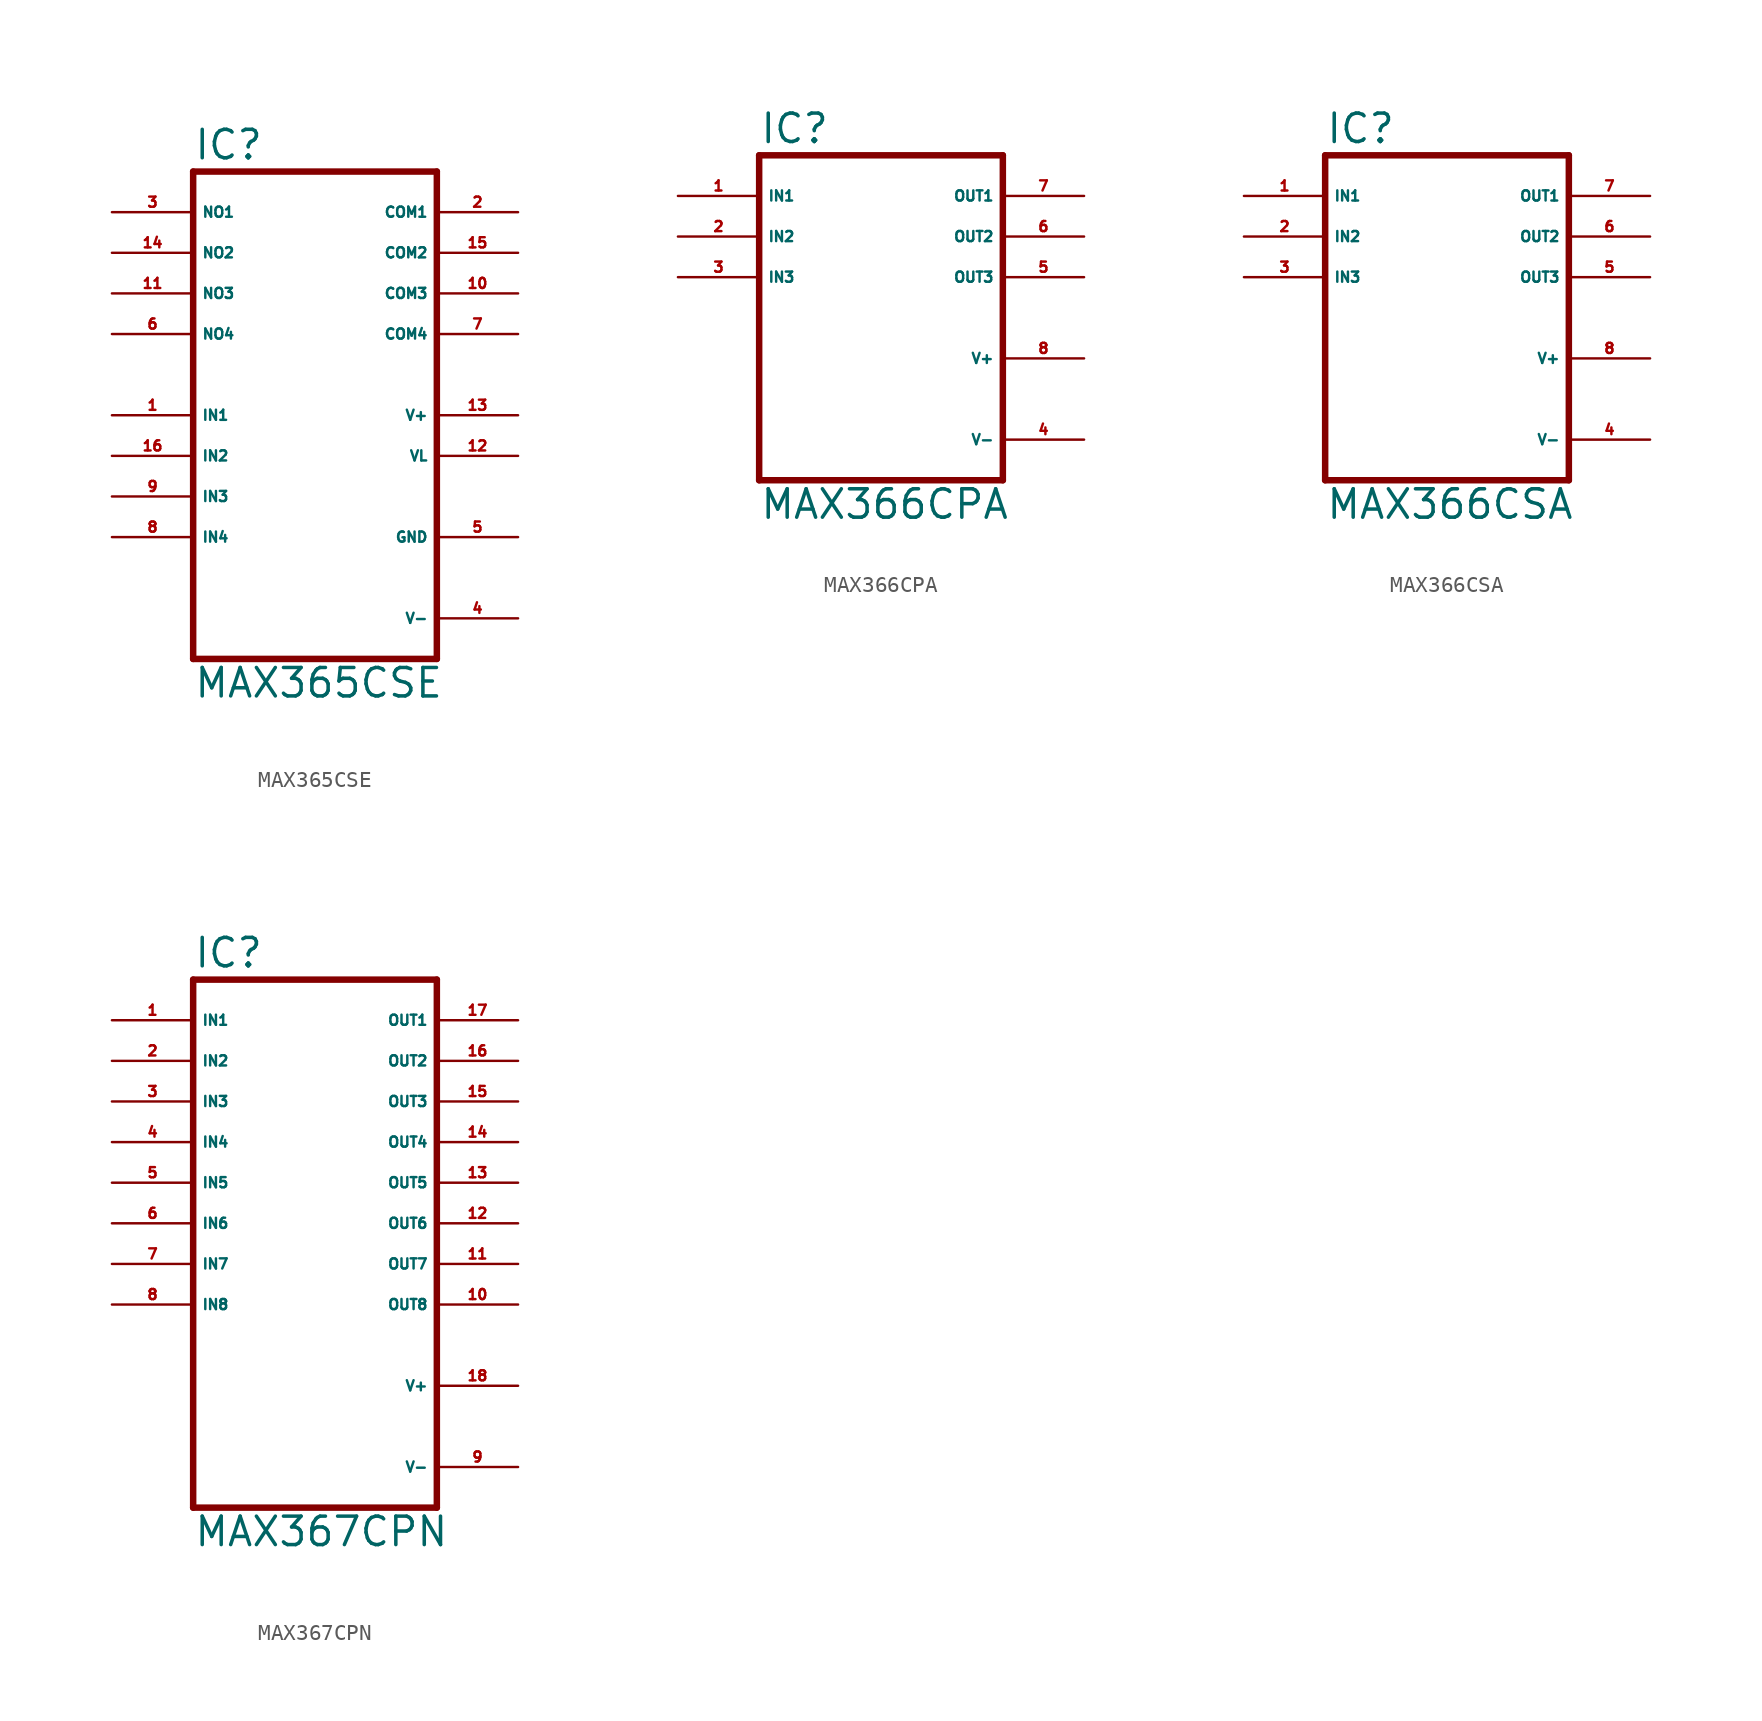
<source format=kicad_sym>
(kicad_symbol_lib
  (version 20220914)
  (generator Eagle2Kicad)
  (symbol "MAX365CSE"
    (property "Reference" "IC"
      (at -7.62 15.875 0)
      (effects (font (size 1.778 1.778) (thickness 0.22)) (justify left bottom)))
    (property "Value" "MAX365CSE"
      (at -7.62 -17.78 0)
      (effects (font (size 1.778 1.778) (thickness 0.22)) (justify left bottom)))
    (polyline
      (pts (xy 7.62 -15.24) (xy -7.62 -15.24))
      (stroke (width 0.406) (type default))
      (fill (type none)))
    (polyline
      (pts (xy -7.62 -15.24) (xy -7.62 15.24))
      (stroke (width 0.406) (type default))
      (fill (type none)))
    (polyline
      (pts (xy -7.62 15.24) (xy 7.62 15.24))
      (stroke (width 0.406) (type default))
      (fill (type none)))
    (polyline
      (pts (xy 7.62 15.24) (xy 7.62 -15.24))
      (stroke (width 0.406) (type default))
      (fill (type none)))
    (pin input line
      (at -12.7 0 0)
      (length 5.08)
      (name "IN1" (effects (font (size 0.635 0.635) (thickness 0.08)) (justify left bottom)))
      (number "1" (effects (font (size 0.635 0.635) (thickness 0.08)) (justify left bottom))))
    (pin input line
      (at -12.7 -2.54 0)
      (length 5.08)
      (name "IN2" (effects (font (size 0.635 0.635) (thickness 0.08)) (justify left bottom)))
      (number "16" (effects (font (size 0.635 0.635) (thickness 0.08)) (justify left bottom))))
    (pin input line
      (at -12.7 -5.08 0)
      (length 5.08)
      (name "IN3" (effects (font (size 0.635 0.635) (thickness 0.08)) (justify left bottom)))
      (number "9" (effects (font (size 0.635 0.635) (thickness 0.08)) (justify left bottom))))
    (pin input line
      (at -12.7 -7.62 0)
      (length 5.08)
      (name "IN4" (effects (font (size 0.635 0.635) (thickness 0.08)) (justify left bottom)))
      (number "8" (effects (font (size 0.635 0.635) (thickness 0.08)) (justify left bottom))))
    (pin passive line
      (at -12.7 12.7 0)
      (length 5.08)
      (name "NO1" (effects (font (size 0.635 0.635) (thickness 0.08)) (justify left bottom)))
      (number "3" (effects (font (size 0.635 0.635) (thickness 0.08)) (justify left bottom))))
    (pin passive line
      (at -12.7 10.16 0)
      (length 5.08)
      (name "NO2" (effects (font (size 0.635 0.635) (thickness 0.08)) (justify left bottom)))
      (number "14" (effects (font (size 0.635 0.635) (thickness 0.08)) (justify left bottom))))
    (pin passive line
      (at -12.7 7.62 0)
      (length 5.08)
      (name "NO3" (effects (font (size 0.635 0.635) (thickness 0.08)) (justify left bottom)))
      (number "11" (effects (font (size 0.635 0.635) (thickness 0.08)) (justify left bottom))))
    (pin passive line
      (at -12.7 5.08 0)
      (length 5.08)
      (name "NO4" (effects (font (size 0.635 0.635) (thickness 0.08)) (justify left bottom)))
      (number "6" (effects (font (size 0.635 0.635) (thickness 0.08)) (justify left bottom))))
    (pin passive line
      (at 12.7 12.7 180)
      (length 5.08)
      (name "COM1" (effects (font (size 0.635 0.635) (thickness 0.08)) (justify left bottom)))
      (number "2" (effects (font (size 0.635 0.635) (thickness 0.08)) (justify left bottom))))
    (pin passive line
      (at 12.7 10.16 180)
      (length 5.08)
      (name "COM2" (effects (font (size 0.635 0.635) (thickness 0.08)) (justify left bottom)))
      (number "15" (effects (font (size 0.635 0.635) (thickness 0.08)) (justify left bottom))))
    (pin passive line
      (at 12.7 7.62 180)
      (length 5.08)
      (name "COM3" (effects (font (size 0.635 0.635) (thickness 0.08)) (justify left bottom)))
      (number "10" (effects (font (size 0.635 0.635) (thickness 0.08)) (justify left bottom))))
    (pin passive line
      (at 12.7 5.08 180)
      (length 5.08)
      (name "COM4" (effects (font (size 0.635 0.635) (thickness 0.08)) (justify left bottom)))
      (number "7" (effects (font (size 0.635 0.635) (thickness 0.08)) (justify left bottom))))
    (pin unspecified line
      (at 12.7 0 180)
      (length 5.08)
      (name "V+" (effects (font (size 0.635 0.635) (thickness 0.08)) (justify left bottom)))
      (number "13" (effects (font (size 0.635 0.635) (thickness 0.08)) (justify left bottom))))
    (pin unspecified line
      (at 12.7 -2.54 180)
      (length 5.08)
      (name "VL" (effects (font (size 0.635 0.635) (thickness 0.08)) (justify left bottom)))
      (number "12" (effects (font (size 0.635 0.635) (thickness 0.08)) (justify left bottom))))
    (pin unspecified line
      (at 12.7 -7.62 180)
      (length 5.08)
      (name "GND" (effects (font (size 0.635 0.635) (thickness 0.08)) (justify left bottom)))
      (number "5" (effects (font (size 0.635 0.635) (thickness 0.08)) (justify left bottom))))
    (pin unspecified line
      (at 12.7 -12.7 180)
      (length 5.08)
      (name "V-" (effects (font (size 0.635 0.635) (thickness 0.08)) (justify left bottom)))
      (number "4" (effects (font (size 0.635 0.635) (thickness 0.08)) (justify left bottom)))))
  (symbol "MAX366CPA"
    (property "Reference" "IC"
      (at -7.62 10.795 0)
      (effects (font (size 1.778 1.778) (thickness 0.22)) (justify left bottom)))
    (property "Value" "MAX366CPA"
      (at -7.62 -12.7 0)
      (effects (font (size 1.778 1.778) (thickness 0.22)) (justify left bottom)))
    (polyline
      (pts (xy 7.62 -10.16) (xy -7.62 -10.16))
      (stroke (width 0.406) (type default))
      (fill (type none)))
    (polyline
      (pts (xy -7.62 -10.16) (xy -7.62 10.16))
      (stroke (width 0.406) (type default))
      (fill (type none)))
    (polyline
      (pts (xy -7.62 10.16) (xy 7.62 10.16))
      (stroke (width 0.406) (type default))
      (fill (type none)))
    (polyline
      (pts (xy 7.62 10.16) (xy 7.62 -10.16))
      (stroke (width 0.406) (type default))
      (fill (type none)))
    (pin passive line
      (at -12.7 7.62 0)
      (length 5.08)
      (name "IN1" (effects (font (size 0.635 0.635) (thickness 0.08)) (justify left bottom)))
      (number "1" (effects (font (size 0.635 0.635) (thickness 0.08)) (justify left bottom))))
    (pin passive line
      (at -12.7 5.08 0)
      (length 5.08)
      (name "IN2" (effects (font (size 0.635 0.635) (thickness 0.08)) (justify left bottom)))
      (number "2" (effects (font (size 0.635 0.635) (thickness 0.08)) (justify left bottom))))
    (pin passive line
      (at -12.7 2.54 0)
      (length 5.08)
      (name "IN3" (effects (font (size 0.635 0.635) (thickness 0.08)) (justify left bottom)))
      (number "3" (effects (font (size 0.635 0.635) (thickness 0.08)) (justify left bottom))))
    (pin passive line
      (at 12.7 7.62 180)
      (length 5.08)
      (name "OUT1" (effects (font (size 0.635 0.635) (thickness 0.08)) (justify left bottom)))
      (number "7" (effects (font (size 0.635 0.635) (thickness 0.08)) (justify left bottom))))
    (pin passive line
      (at 12.7 5.08 180)
      (length 5.08)
      (name "OUT2" (effects (font (size 0.635 0.635) (thickness 0.08)) (justify left bottom)))
      (number "6" (effects (font (size 0.635 0.635) (thickness 0.08)) (justify left bottom))))
    (pin passive line
      (at 12.7 2.54 180)
      (length 5.08)
      (name "OUT3" (effects (font (size 0.635 0.635) (thickness 0.08)) (justify left bottom)))
      (number "5" (effects (font (size 0.635 0.635) (thickness 0.08)) (justify left bottom))))
    (pin unspecified line
      (at 12.7 -2.54 180)
      (length 5.08)
      (name "V+" (effects (font (size 0.635 0.635) (thickness 0.08)) (justify left bottom)))
      (number "8" (effects (font (size 0.635 0.635) (thickness 0.08)) (justify left bottom))))
    (pin unspecified line
      (at 12.7 -7.62 180)
      (length 5.08)
      (name "V-" (effects (font (size 0.635 0.635) (thickness 0.08)) (justify left bottom)))
      (number "4" (effects (font (size 0.635 0.635) (thickness 0.08)) (justify left bottom)))))
  (symbol "MAX366CSA"
    (property "Reference" "IC"
      (at -7.62 10.795 0)
      (effects (font (size 1.778 1.778) (thickness 0.22)) (justify left bottom)))
    (property "Value" "MAX366CSA"
      (at -7.62 -12.7 0)
      (effects (font (size 1.778 1.778) (thickness 0.22)) (justify left bottom)))
    (polyline
      (pts (xy 7.62 -10.16) (xy -7.62 -10.16))
      (stroke (width 0.406) (type default))
      (fill (type none)))
    (polyline
      (pts (xy -7.62 -10.16) (xy -7.62 10.16))
      (stroke (width 0.406) (type default))
      (fill (type none)))
    (polyline
      (pts (xy -7.62 10.16) (xy 7.62 10.16))
      (stroke (width 0.406) (type default))
      (fill (type none)))
    (polyline
      (pts (xy 7.62 10.16) (xy 7.62 -10.16))
      (stroke (width 0.406) (type default))
      (fill (type none)))
    (pin passive line
      (at -12.7 7.62 0)
      (length 5.08)
      (name "IN1" (effects (font (size 0.635 0.635) (thickness 0.08)) (justify left bottom)))
      (number "1" (effects (font (size 0.635 0.635) (thickness 0.08)) (justify left bottom))))
    (pin passive line
      (at -12.7 5.08 0)
      (length 5.08)
      (name "IN2" (effects (font (size 0.635 0.635) (thickness 0.08)) (justify left bottom)))
      (number "2" (effects (font (size 0.635 0.635) (thickness 0.08)) (justify left bottom))))
    (pin passive line
      (at -12.7 2.54 0)
      (length 5.08)
      (name "IN3" (effects (font (size 0.635 0.635) (thickness 0.08)) (justify left bottom)))
      (number "3" (effects (font (size 0.635 0.635) (thickness 0.08)) (justify left bottom))))
    (pin passive line
      (at 12.7 7.62 180)
      (length 5.08)
      (name "OUT1" (effects (font (size 0.635 0.635) (thickness 0.08)) (justify left bottom)))
      (number "7" (effects (font (size 0.635 0.635) (thickness 0.08)) (justify left bottom))))
    (pin passive line
      (at 12.7 5.08 180)
      (length 5.08)
      (name "OUT2" (effects (font (size 0.635 0.635) (thickness 0.08)) (justify left bottom)))
      (number "6" (effects (font (size 0.635 0.635) (thickness 0.08)) (justify left bottom))))
    (pin passive line
      (at 12.7 2.54 180)
      (length 5.08)
      (name "OUT3" (effects (font (size 0.635 0.635) (thickness 0.08)) (justify left bottom)))
      (number "5" (effects (font (size 0.635 0.635) (thickness 0.08)) (justify left bottom))))
    (pin unspecified line
      (at 12.7 -2.54 180)
      (length 5.08)
      (name "V+" (effects (font (size 0.635 0.635) (thickness 0.08)) (justify left bottom)))
      (number "8" (effects (font (size 0.635 0.635) (thickness 0.08)) (justify left bottom))))
    (pin unspecified line
      (at 12.7 -7.62 180)
      (length 5.08)
      (name "V-" (effects (font (size 0.635 0.635) (thickness 0.08)) (justify left bottom)))
      (number "4" (effects (font (size 0.635 0.635) (thickness 0.08)) (justify left bottom)))))
  (symbol "MAX367CPN"
    (property "Reference" "IC"
      (at -7.62 15.875 0)
      (effects (font (size 1.778 1.778) (thickness 0.22)) (justify left bottom)))
    (property "Value" "MAX367CPN"
      (at -7.62 -20.32 0)
      (effects (font (size 1.778 1.778) (thickness 0.22)) (justify left bottom)))
    (polyline
      (pts (xy 7.62 -17.78) (xy -7.62 -17.78))
      (stroke (width 0.406) (type default))
      (fill (type none)))
    (polyline
      (pts (xy -7.62 -17.78) (xy -7.62 15.24))
      (stroke (width 0.406) (type default))
      (fill (type none)))
    (polyline
      (pts (xy -7.62 15.24) (xy 7.62 15.24))
      (stroke (width 0.406) (type default))
      (fill (type none)))
    (polyline
      (pts (xy 7.62 15.24) (xy 7.62 -17.78))
      (stroke (width 0.406) (type default))
      (fill (type none)))
    (pin passive line
      (at -12.7 12.7 0)
      (length 5.08)
      (name "IN1" (effects (font (size 0.635 0.635) (thickness 0.08)) (justify left bottom)))
      (number "1" (effects (font (size 0.635 0.635) (thickness 0.08)) (justify left bottom))))
    (pin passive line
      (at -12.7 10.16 0)
      (length 5.08)
      (name "IN2" (effects (font (size 0.635 0.635) (thickness 0.08)) (justify left bottom)))
      (number "2" (effects (font (size 0.635 0.635) (thickness 0.08)) (justify left bottom))))
    (pin passive line
      (at -12.7 7.62 0)
      (length 5.08)
      (name "IN3" (effects (font (size 0.635 0.635) (thickness 0.08)) (justify left bottom)))
      (number "3" (effects (font (size 0.635 0.635) (thickness 0.08)) (justify left bottom))))
    (pin passive line
      (at -12.7 5.08 0)
      (length 5.08)
      (name "IN4" (effects (font (size 0.635 0.635) (thickness 0.08)) (justify left bottom)))
      (number "4" (effects (font (size 0.635 0.635) (thickness 0.08)) (justify left bottom))))
    (pin passive line
      (at -12.7 2.54 0)
      (length 5.08)
      (name "IN5" (effects (font (size 0.635 0.635) (thickness 0.08)) (justify left bottom)))
      (number "5" (effects (font (size 0.635 0.635) (thickness 0.08)) (justify left bottom))))
    (pin passive line
      (at -12.7 0 0)
      (length 5.08)
      (name "IN6" (effects (font (size 0.635 0.635) (thickness 0.08)) (justify left bottom)))
      (number "6" (effects (font (size 0.635 0.635) (thickness 0.08)) (justify left bottom))))
    (pin passive line
      (at -12.7 -2.54 0)
      (length 5.08)
      (name "IN7" (effects (font (size 0.635 0.635) (thickness 0.08)) (justify left bottom)))
      (number "7" (effects (font (size 0.635 0.635) (thickness 0.08)) (justify left bottom))))
    (pin passive line
      (at -12.7 -5.08 0)
      (length 5.08)
      (name "IN8" (effects (font (size 0.635 0.635) (thickness 0.08)) (justify left bottom)))
      (number "8" (effects (font (size 0.635 0.635) (thickness 0.08)) (justify left bottom))))
    (pin passive line
      (at 12.7 12.7 180)
      (length 5.08)
      (name "OUT1" (effects (font (size 0.635 0.635) (thickness 0.08)) (justify left bottom)))
      (number "17" (effects (font (size 0.635 0.635) (thickness 0.08)) (justify left bottom))))
    (pin passive line
      (at 12.7 10.16 180)
      (length 5.08)
      (name "OUT2" (effects (font (size 0.635 0.635) (thickness 0.08)) (justify left bottom)))
      (number "16" (effects (font (size 0.635 0.635) (thickness 0.08)) (justify left bottom))))
    (pin passive line
      (at 12.7 7.62 180)
      (length 5.08)
      (name "OUT3" (effects (font (size 0.635 0.635) (thickness 0.08)) (justify left bottom)))
      (number "15" (effects (font (size 0.635 0.635) (thickness 0.08)) (justify left bottom))))
    (pin passive line
      (at 12.7 5.08 180)
      (length 5.08)
      (name "OUT4" (effects (font (size 0.635 0.635) (thickness 0.08)) (justify left bottom)))
      (number "14" (effects (font (size 0.635 0.635) (thickness 0.08)) (justify left bottom))))
    (pin passive line
      (at 12.7 2.54 180)
      (length 5.08)
      (name "OUT5" (effects (font (size 0.635 0.635) (thickness 0.08)) (justify left bottom)))
      (number "13" (effects (font (size 0.635 0.635) (thickness 0.08)) (justify left bottom))))
    (pin passive line
      (at 12.7 0 180)
      (length 5.08)
      (name "OUT6" (effects (font (size 0.635 0.635) (thickness 0.08)) (justify left bottom)))
      (number "12" (effects (font (size 0.635 0.635) (thickness 0.08)) (justify left bottom))))
    (pin passive line
      (at 12.7 -2.54 180)
      (length 5.08)
      (name "OUT7" (effects (font (size 0.635 0.635) (thickness 0.08)) (justify left bottom)))
      (number "11" (effects (font (size 0.635 0.635) (thickness 0.08)) (justify left bottom))))
    (pin passive line
      (at 12.7 -5.08 180)
      (length 5.08)
      (name "OUT8" (effects (font (size 0.635 0.635) (thickness 0.08)) (justify left bottom)))
      (number "10" (effects (font (size 0.635 0.635) (thickness 0.08)) (justify left bottom))))
    (pin unspecified line
      (at 12.7 -10.16 180)
      (length 5.08)
      (name "V+" (effects (font (size 0.635 0.635) (thickness 0.08)) (justify left bottom)))
      (number "18" (effects (font (size 0.635 0.635) (thickness 0.08)) (justify left bottom))))
    (pin unspecified line
      (at 12.7 -15.24 180)
      (length 5.08)
      (name "V-" (effects (font (size 0.635 0.635) (thickness 0.08)) (justify left bottom)))
      (number "9" (effects (font (size 0.635 0.635) (thickness 0.08)) (justify left bottom))))))
</source>
